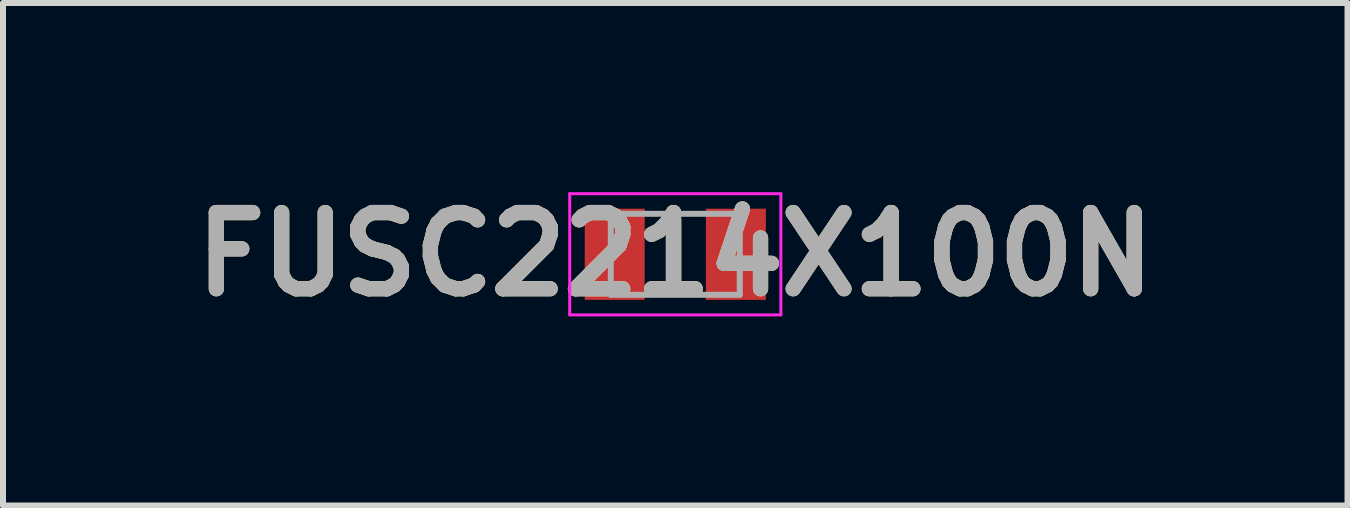
<source format=kicad_pcb>
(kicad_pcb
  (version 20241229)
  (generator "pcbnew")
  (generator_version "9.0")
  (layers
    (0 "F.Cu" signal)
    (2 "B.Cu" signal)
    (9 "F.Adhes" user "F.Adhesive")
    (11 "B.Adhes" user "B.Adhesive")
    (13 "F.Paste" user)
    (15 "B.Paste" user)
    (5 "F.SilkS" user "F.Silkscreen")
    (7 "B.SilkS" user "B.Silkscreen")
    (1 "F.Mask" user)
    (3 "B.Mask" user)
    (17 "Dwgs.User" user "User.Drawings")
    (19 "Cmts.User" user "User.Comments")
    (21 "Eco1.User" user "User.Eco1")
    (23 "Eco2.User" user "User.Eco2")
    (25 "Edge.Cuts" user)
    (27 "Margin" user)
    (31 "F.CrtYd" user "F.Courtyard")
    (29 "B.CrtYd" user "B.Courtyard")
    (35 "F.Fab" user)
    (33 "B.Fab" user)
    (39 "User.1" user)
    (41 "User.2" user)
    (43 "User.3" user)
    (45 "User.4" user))
  (footprint "FUSC2214X100N"
    (layer "F.Cu")
    (at 8.207 1.189)
    (property "Reference" "FUSC2214X100N" (at 0 0 0) (layer "F.SilkS") (effects (font (size 1.27 1.27) (thickness 0.254))))
    (attr smd)
    (fp_line (start 0 -0.575) (end 0 0.575) (stroke (width 0.2) (type solid)) (layer "F.SilkS"))
    (fp_line (start -1.76 -1.01) (end 1.76 -1.01) (stroke (width 0.05) (type solid)) (layer "F.CrtYd"))
    (fp_line (start -1.76 1.01) (end -1.76 -1.01) (stroke (width 0.05) (type solid)) (layer "F.CrtYd"))
    (fp_line (start 1.76 -1.01) (end 1.76 1.01) (stroke (width 0.05) (type solid)) (layer "F.CrtYd"))
    (fp_line (start 1.76 1.01) (end -1.76 1.01) (stroke (width 0.05) (type solid)) (layer "F.CrtYd"))
    (fp_line (start -1.075 -0.675) (end 1.075 -0.675) (stroke (width 0.1) (type solid)) (layer "F.Fab"))
    (fp_line (start -1.075 0.675) (end -1.075 -0.675) (stroke (width 0.1) (type solid)) (layer "F.Fab"))
    (fp_line (start 1.075 -0.675) (end 1.075 0.675) (stroke (width 0.1) (type solid)) (layer "F.Fab"))
    (fp_line (start 1.075 0.675) (end -1.075 0.675) (stroke (width 0.1) (type solid)) (layer "F.Fab"))
    (fp_text user "${REFERENCE}" (at 0 0 0) (layer "F.Fab") (effects (font (size 1.27 1.27) (thickness 0.254))))
    (pad "1" smd rect (at -1.01 0) (size 1 1.52) (layers "F.Cu" "F.Mask" "F.Paste"))
    (pad "2" smd rect (at 1.01 0) (size 1 1.52) (layers "F.Cu" "F.Mask" "F.Paste")))
  (gr_rect
    (start -3 -3)
    (end 19.413 5.377)
    (stroke (width 0.1) (type default))
    (fill no)
    (layer "Edge.Cuts")))
</source>
